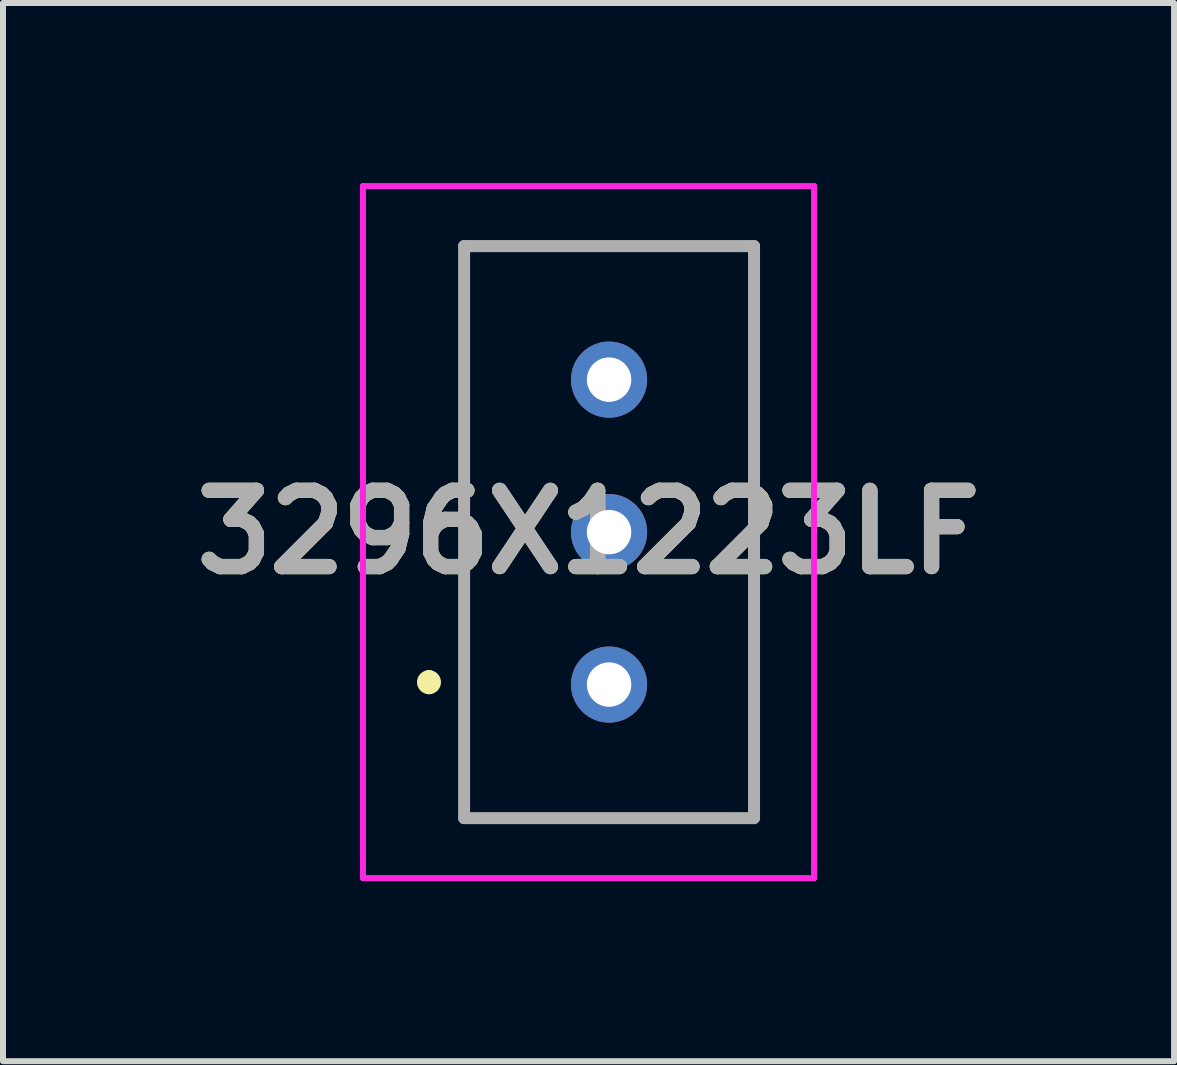
<source format=kicad_pcb>
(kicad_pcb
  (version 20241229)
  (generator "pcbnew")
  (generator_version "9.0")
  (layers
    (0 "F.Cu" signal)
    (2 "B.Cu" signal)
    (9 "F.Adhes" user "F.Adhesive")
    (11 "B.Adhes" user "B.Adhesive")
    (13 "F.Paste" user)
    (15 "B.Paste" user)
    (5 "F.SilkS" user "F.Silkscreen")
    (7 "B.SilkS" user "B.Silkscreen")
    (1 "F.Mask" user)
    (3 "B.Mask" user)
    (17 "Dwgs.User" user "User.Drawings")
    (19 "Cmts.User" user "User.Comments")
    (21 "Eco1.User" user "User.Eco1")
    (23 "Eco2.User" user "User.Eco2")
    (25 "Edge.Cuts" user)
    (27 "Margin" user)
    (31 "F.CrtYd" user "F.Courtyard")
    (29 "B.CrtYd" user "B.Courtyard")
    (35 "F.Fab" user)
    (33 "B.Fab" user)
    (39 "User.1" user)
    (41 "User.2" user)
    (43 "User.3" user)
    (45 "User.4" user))
  (footprint "3296X1223LF"
    (layer "F.Cu")
    (at 7.097 5.815)
    (property "Reference" "3296X1223LF" (at -0.342 0 0) (layer "F.SilkS") (effects (font (size 1.27 1.27) (thickness 0.254))))
    (attr through_hole)
    (fp_line (start -3 2.4) (end -3 2.4) (stroke (width 0.2) (type solid)) (layer "F.SilkS"))
    (fp_line (start -3 2.6) (end -3 2.6) (stroke (width 0.2) (type solid)) (layer "F.SilkS"))
    (fp_line (start -2.415 -4.765) (end 2.415 -4.765) (stroke (width 0.1) (type solid)) (layer "F.SilkS"))
    (fp_line (start -2.415 4.765) (end -2.415 -4.765) (stroke (width 0.1) (type solid)) (layer "F.SilkS"))
    (fp_line (start 2.415 -4.765) (end 2.415 4.765) (stroke (width 0.1) (type solid)) (layer "F.SilkS"))
    (fp_line (start 2.415 4.765) (end -2.415 4.765) (stroke (width 0.1) (type solid)) (layer "F.SilkS"))
    (fp_arc (start -3 2.4) (mid -2.9 2.5) (end -3 2.6) (stroke (width 0.2) (type solid)) (layer "F.SilkS"))
    (fp_arc (start -3 2.6) (mid -3.1 2.5) (end -3 2.4) (stroke (width 0.2) (type solid)) (layer "F.SilkS"))
    (fp_line (start -4.1 -5.765) (end 3.415 -5.765) (stroke (width 0.1) (type solid)) (layer "F.CrtYd"))
    (fp_line (start -4.1 5.765) (end -4.1 -5.765) (stroke (width 0.1) (type solid)) (layer "F.CrtYd"))
    (fp_line (start 3.415 -5.765) (end 3.415 5.765) (stroke (width 0.1) (type solid)) (layer "F.CrtYd"))
    (fp_line (start 3.415 5.765) (end -4.1 5.765) (stroke (width 0.1) (type solid)) (layer "F.CrtYd"))
    (fp_line (start -2.415 -4.765) (end 2.415 -4.765) (stroke (width 0.2) (type solid)) (layer "F.Fab"))
    (fp_line (start -2.415 4.765) (end -2.415 -4.765) (stroke (width 0.2) (type solid)) (layer "F.Fab"))
    (fp_line (start 2.415 -4.765) (end 2.415 4.765) (stroke (width 0.2) (type solid)) (layer "F.Fab"))
    (fp_line (start 2.415 4.765) (end -2.415 4.765) (stroke (width 0.2) (type solid)) (layer "F.Fab"))
    (fp_text user "${REFERENCE}" (at -0.342 0 0) (layer "F.Fab") (effects (font (size 1.27 1.27) (thickness 0.254))))
    (pad "1" thru_hole circle (at 0 2.54) (size 1.269 1.269) (drill 0.74) (layers "*.Cu" "*.Mask"))
    (pad "2" thru_hole circle (at 0 0) (size 1.269 1.269) (drill 0.74) (layers "*.Cu" "*.Mask"))
    (pad "3" thru_hole circle (at 0 -2.54) (size 1.269 1.269) (drill 0.74) (layers "*.Cu" "*.Mask")))
  (gr_rect
    (start -3 -3)
    (end 16.51 14.63)
    (stroke (width 0.1) (type default))
    (fill no)
    (layer "Edge.Cuts")))
</source>
